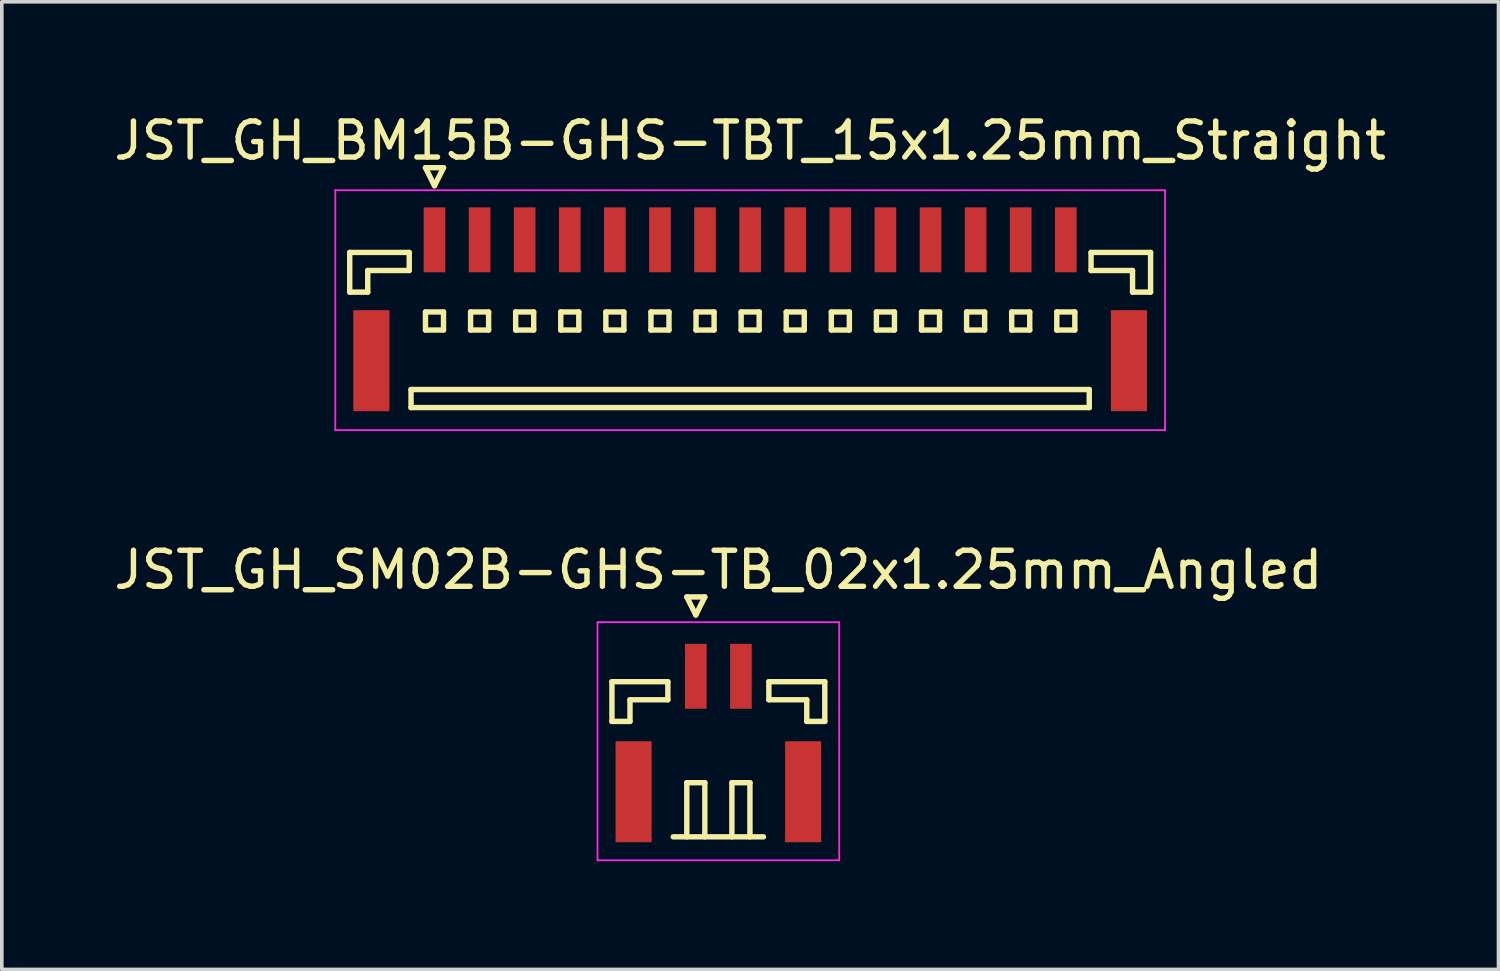
<source format=kicad_pcb>
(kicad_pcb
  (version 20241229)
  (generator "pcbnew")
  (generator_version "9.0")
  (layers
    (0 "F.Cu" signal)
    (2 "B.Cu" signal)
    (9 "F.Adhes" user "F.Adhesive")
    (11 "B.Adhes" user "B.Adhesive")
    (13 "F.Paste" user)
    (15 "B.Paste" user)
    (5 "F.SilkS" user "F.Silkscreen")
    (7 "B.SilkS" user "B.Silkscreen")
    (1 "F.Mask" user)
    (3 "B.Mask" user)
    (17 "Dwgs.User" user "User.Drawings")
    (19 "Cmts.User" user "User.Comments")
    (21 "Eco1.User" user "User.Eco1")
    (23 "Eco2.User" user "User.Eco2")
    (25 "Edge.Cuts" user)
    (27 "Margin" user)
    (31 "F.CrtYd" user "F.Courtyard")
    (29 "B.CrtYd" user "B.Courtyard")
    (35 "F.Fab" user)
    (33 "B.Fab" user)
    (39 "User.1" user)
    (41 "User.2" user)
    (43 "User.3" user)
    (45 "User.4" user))
  (footprint "JST_GH_SM02B-GHS-TB_02x1.25mm_Angled"
    (layer "F.Cu")
    (at 16.863 17.297)
    (property "Reference" "JST_GH_SM02B-GHS-TB_02x1.25mm_Angled" (at 0 -4.55 0) (layer "F.SilkS") (effects (font (size 1 1) (thickness 0.15))))
    (attr smd)
    (fp_line (start -2.95 -1.45) (end -1.4 -1.45) (stroke (width 0.15) (type solid)) (layer "F.SilkS"))
    (fp_line (start -2.95 -0.35) (end -2.95 -1.45) (stroke (width 0.15) (type solid)) (layer "F.SilkS"))
    (fp_line (start -2.45 -0.95) (end -2.45 -0.35) (stroke (width 0.15) (type solid)) (layer "F.SilkS"))
    (fp_line (start -2.45 -0.35) (end -2.95 -0.35) (stroke (width 0.15) (type solid)) (layer "F.SilkS"))
    (fp_line (start -1.4 -1.45) (end -1.4 -0.95) (stroke (width 0.15) (type solid)) (layer "F.SilkS"))
    (fp_line (start -1.4 -0.95) (end -2.45 -0.95) (stroke (width 0.15) (type solid)) (layer "F.SilkS"))
    (fp_line (start -1.25 2.85) (end 1.25 2.85) (stroke (width 0.15) (type solid)) (layer "F.SilkS"))
    (fp_line (start -0.875 -3.8) (end -0.375 -3.8) (stroke (width 0.15) (type solid)) (layer "F.SilkS"))
    (fp_line (start -0.875 1.35) (end -0.375 1.35) (stroke (width 0.15) (type solid)) (layer "F.SilkS"))
    (fp_line (start -0.875 2.85) (end -0.875 1.35) (stroke (width 0.15) (type solid)) (layer "F.SilkS"))
    (fp_line (start -0.625 -3.3) (end -0.875 -3.8) (stroke (width 0.15) (type solid)) (layer "F.SilkS"))
    (fp_line (start -0.375 -3.8) (end -0.625 -3.3) (stroke (width 0.15) (type solid)) (layer "F.SilkS"))
    (fp_line (start -0.375 1.35) (end -0.375 2.85) (stroke (width 0.15) (type solid)) (layer "F.SilkS"))
    (fp_line (start 0.375 1.35) (end 0.875 1.35) (stroke (width 0.15) (type solid)) (layer "F.SilkS"))
    (fp_line (start 0.375 2.85) (end 0.375 1.35) (stroke (width 0.15) (type solid)) (layer "F.SilkS"))
    (fp_line (start 0.875 1.35) (end 0.875 2.85) (stroke (width 0.15) (type solid)) (layer "F.SilkS"))
    (fp_line (start 1.4 -1.45) (end 1.4 -0.95) (stroke (width 0.15) (type solid)) (layer "F.SilkS"))
    (fp_line (start 1.4 -0.95) (end 2.45 -0.95) (stroke (width 0.15) (type solid)) (layer "F.SilkS"))
    (fp_line (start 2.45 -0.95) (end 2.45 -0.35) (stroke (width 0.15) (type solid)) (layer "F.SilkS"))
    (fp_line (start 2.45 -0.35) (end 2.95 -0.35) (stroke (width 0.15) (type solid)) (layer "F.SilkS"))
    (fp_line (start 2.95 -1.45) (end 1.4 -1.45) (stroke (width 0.15) (type solid)) (layer "F.SilkS"))
    (fp_line (start 2.95 -0.35) (end 2.95 -1.45) (stroke (width 0.15) (type solid)) (layer "F.SilkS"))
    (fp_line (start -3.35 -3.1) (end -3.35 3.5) (stroke (width 0.05) (type solid)) (layer "F.CrtYd"))
    (fp_line (start -3.35 3.5) (end 3.35 3.5) (stroke (width 0.05) (type solid)) (layer "F.CrtYd"))
    (fp_line (start 3.35 -3.1) (end -3.35 -3.1) (stroke (width 0.05) (type solid)) (layer "F.CrtYd"))
    (fp_line (start 3.35 3.5) (end 3.35 -3.1) (stroke (width 0.05) (type solid)) (layer "F.CrtYd"))
    (pad "" smd rect (at -2.35 1.6) (size 1 2.8) (layers "F.Cu" "F.Mask" "F.Paste"))
    (pad "" smd rect (at 2.35 1.6) (size 1 2.8) (layers "F.Cu" "F.Mask" "F.Paste"))
    (pad "1" smd rect (at -0.625 -1.6) (size 0.6 1.8) (layers "F.Cu" "F.Mask" "F.Paste"))
    (pad "2" smd rect (at 0.625 -1.6) (size 0.6 1.8) (layers "F.Cu" "F.Mask" "F.Paste")))
  (footprint "JST_GH_BM15B-GHS-TBT_15x1.25mm_Straight"
    (layer "F.Cu")
    (at 17.744 5.273)
    (property "Reference" "JST_GH_BM15B-GHS-TBT_15x1.25mm_Straight" (at 0 -4.425 0) (layer "F.SilkS") (effects (font (size 1 1) (thickness 0.15))))
    (attr smd)
    (fp_line (start -11.1 -1.325) (end -9.45 -1.325) (stroke (width 0.15) (type solid)) (layer "F.SilkS"))
    (fp_line (start -11.1 -0.225) (end -11.1 -1.325) (stroke (width 0.15) (type solid)) (layer "F.SilkS"))
    (fp_line (start -10.6 -0.825) (end -10.6 -0.225) (stroke (width 0.15) (type solid)) (layer "F.SilkS"))
    (fp_line (start -10.6 -0.225) (end -11.1 -0.225) (stroke (width 0.15) (type solid)) (layer "F.SilkS"))
    (fp_line (start -9.45 -1.325) (end -9.45 -0.825) (stroke (width 0.15) (type solid)) (layer "F.SilkS"))
    (fp_line (start -9.45 -0.825) (end -10.6 -0.825) (stroke (width 0.15) (type solid)) (layer "F.SilkS"))
    (fp_line (start -9.4 2.475) (end -9.4 2.975) (stroke (width 0.15) (type solid)) (layer "F.SilkS"))
    (fp_line (start -9.4 2.975) (end 9.4 2.975) (stroke (width 0.15) (type solid)) (layer "F.SilkS"))
    (fp_line (start -9 -3.675) (end -8.5 -3.675) (stroke (width 0.15) (type solid)) (layer "F.SilkS"))
    (fp_line (start -9 0.325) (end -9 0.825) (stroke (width 0.15) (type solid)) (layer "F.SilkS"))
    (fp_line (start -9 0.825) (end -8.5 0.825) (stroke (width 0.15) (type solid)) (layer "F.SilkS"))
    (fp_line (start -8.75 -3.175) (end -9 -3.675) (stroke (width 0.15) (type solid)) (layer "F.SilkS"))
    (fp_line (start -8.5 -3.675) (end -8.75 -3.175) (stroke (width 0.15) (type solid)) (layer "F.SilkS"))
    (fp_line (start -8.5 0.325) (end -9 0.325) (stroke (width 0.15) (type solid)) (layer "F.SilkS"))
    (fp_line (start -8.5 0.825) (end -8.5 0.325) (stroke (width 0.15) (type solid)) (layer "F.SilkS"))
    (fp_line (start -7.75 0.325) (end -7.75 0.825) (stroke (width 0.15) (type solid)) (layer "F.SilkS"))
    (fp_line (start -7.75 0.825) (end -7.25 0.825) (stroke (width 0.15) (type solid)) (layer "F.SilkS"))
    (fp_line (start -7.25 0.325) (end -7.75 0.325) (stroke (width 0.15) (type solid)) (layer "F.SilkS"))
    (fp_line (start -7.25 0.825) (end -7.25 0.325) (stroke (width 0.15) (type solid)) (layer "F.SilkS"))
    (fp_line (start -6.5 0.325) (end -6.5 0.825) (stroke (width 0.15) (type solid)) (layer "F.SilkS"))
    (fp_line (start -6.5 0.825) (end -6 0.825) (stroke (width 0.15) (type solid)) (layer "F.SilkS"))
    (fp_line (start -6 0.325) (end -6.5 0.325) (stroke (width 0.15) (type solid)) (layer "F.SilkS"))
    (fp_line (start -6 0.825) (end -6 0.325) (stroke (width 0.15) (type solid)) (layer "F.SilkS"))
    (fp_line (start -5.25 0.325) (end -5.25 0.825) (stroke (width 0.15) (type solid)) (layer "F.SilkS"))
    (fp_line (start -5.25 0.825) (end -4.75 0.825) (stroke (width 0.15) (type solid)) (layer "F.SilkS"))
    (fp_line (start -4.75 0.325) (end -5.25 0.325) (stroke (width 0.15) (type solid)) (layer "F.SilkS"))
    (fp_line (start -4.75 0.825) (end -4.75 0.325) (stroke (width 0.15) (type solid)) (layer "F.SilkS"))
    (fp_line (start -4 0.325) (end -4 0.825) (stroke (width 0.15) (type solid)) (layer "F.SilkS"))
    (fp_line (start -4 0.825) (end -3.5 0.825) (stroke (width 0.15) (type solid)) (layer "F.SilkS"))
    (fp_line (start -3.5 0.325) (end -4 0.325) (stroke (width 0.15) (type solid)) (layer "F.SilkS"))
    (fp_line (start -3.5 0.825) (end -3.5 0.325) (stroke (width 0.15) (type solid)) (layer "F.SilkS"))
    (fp_line (start -2.75 0.325) (end -2.75 0.825) (stroke (width 0.15) (type solid)) (layer "F.SilkS"))
    (fp_line (start -2.75 0.825) (end -2.25 0.825) (stroke (width 0.15) (type solid)) (layer "F.SilkS"))
    (fp_line (start -2.25 0.325) (end -2.75 0.325) (stroke (width 0.15) (type solid)) (layer "F.SilkS"))
    (fp_line (start -2.25 0.825) (end -2.25 0.325) (stroke (width 0.15) (type solid)) (layer "F.SilkS"))
    (fp_line (start -1.5 0.325) (end -1.5 0.825) (stroke (width 0.15) (type solid)) (layer "F.SilkS"))
    (fp_line (start -1.5 0.825) (end -1 0.825) (stroke (width 0.15) (type solid)) (layer "F.SilkS"))
    (fp_line (start -1 0.325) (end -1.5 0.325) (stroke (width 0.15) (type solid)) (layer "F.SilkS"))
    (fp_line (start -1 0.825) (end -1 0.325) (stroke (width 0.15) (type solid)) (layer "F.SilkS"))
    (fp_line (start -0.25 0.325) (end -0.25 0.825) (stroke (width 0.15) (type solid)) (layer "F.SilkS"))
    (fp_line (start -0.25 0.825) (end 0.25 0.825) (stroke (width 0.15) (type solid)) (layer "F.SilkS"))
    (fp_line (start 0.25 0.325) (end -0.25 0.325) (stroke (width 0.15) (type solid)) (layer "F.SilkS"))
    (fp_line (start 0.25 0.825) (end 0.25 0.325) (stroke (width 0.15) (type solid)) (layer "F.SilkS"))
    (fp_line (start 1 0.325) (end 1 0.825) (stroke (width 0.15) (type solid)) (layer "F.SilkS"))
    (fp_line (start 1 0.825) (end 1.5 0.825) (stroke (width 0.15) (type solid)) (layer "F.SilkS"))
    (fp_line (start 1.5 0.325) (end 1 0.325) (stroke (width 0.15) (type solid)) (layer "F.SilkS"))
    (fp_line (start 1.5 0.825) (end 1.5 0.325) (stroke (width 0.15) (type solid)) (layer "F.SilkS"))
    (fp_line (start 2.25 0.325) (end 2.25 0.825) (stroke (width 0.15) (type solid)) (layer "F.SilkS"))
    (fp_line (start 2.25 0.825) (end 2.75 0.825) (stroke (width 0.15) (type solid)) (layer "F.SilkS"))
    (fp_line (start 2.75 0.325) (end 2.25 0.325) (stroke (width 0.15) (type solid)) (layer "F.SilkS"))
    (fp_line (start 2.75 0.825) (end 2.75 0.325) (stroke (width 0.15) (type solid)) (layer "F.SilkS"))
    (fp_line (start 3.5 0.325) (end 3.5 0.825) (stroke (width 0.15) (type solid)) (layer "F.SilkS"))
    (fp_line (start 3.5 0.825) (end 4 0.825) (stroke (width 0.15) (type solid)) (layer "F.SilkS"))
    (fp_line (start 4 0.325) (end 3.5 0.325) (stroke (width 0.15) (type solid)) (layer "F.SilkS"))
    (fp_line (start 4 0.825) (end 4 0.325) (stroke (width 0.15) (type solid)) (layer "F.SilkS"))
    (fp_line (start 4.75 0.325) (end 4.75 0.825) (stroke (width 0.15) (type solid)) (layer "F.SilkS"))
    (fp_line (start 4.75 0.825) (end 5.25 0.825) (stroke (width 0.15) (type solid)) (layer "F.SilkS"))
    (fp_line (start 5.25 0.325) (end 4.75 0.325) (stroke (width 0.15) (type solid)) (layer "F.SilkS"))
    (fp_line (start 5.25 0.825) (end 5.25 0.325) (stroke (width 0.15) (type solid)) (layer "F.SilkS"))
    (fp_line (start 6 0.325) (end 6 0.825) (stroke (width 0.15) (type solid)) (layer "F.SilkS"))
    (fp_line (start 6 0.825) (end 6.5 0.825) (stroke (width 0.15) (type solid)) (layer "F.SilkS"))
    (fp_line (start 6.5 0.325) (end 6 0.325) (stroke (width 0.15) (type solid)) (layer "F.SilkS"))
    (fp_line (start 6.5 0.825) (end 6.5 0.325) (stroke (width 0.15) (type solid)) (layer "F.SilkS"))
    (fp_line (start 7.25 0.325) (end 7.25 0.825) (stroke (width 0.15) (type solid)) (layer "F.SilkS"))
    (fp_line (start 7.25 0.825) (end 7.75 0.825) (stroke (width 0.15) (type solid)) (layer "F.SilkS"))
    (fp_line (start 7.75 0.325) (end 7.25 0.325) (stroke (width 0.15) (type solid)) (layer "F.SilkS"))
    (fp_line (start 7.75 0.825) (end 7.75 0.325) (stroke (width 0.15) (type solid)) (layer "F.SilkS"))
    (fp_line (start 8.5 0.325) (end 8.5 0.825) (stroke (width 0.15) (type solid)) (layer "F.SilkS"))
    (fp_line (start 8.5 0.825) (end 9 0.825) (stroke (width 0.15) (type solid)) (layer "F.SilkS"))
    (fp_line (start 9 0.325) (end 8.5 0.325) (stroke (width 0.15) (type solid)) (layer "F.SilkS"))
    (fp_line (start 9 0.825) (end 9 0.325) (stroke (width 0.15) (type solid)) (layer "F.SilkS"))
    (fp_line (start 9.4 2.475) (end -9.4 2.475) (stroke (width 0.15) (type solid)) (layer "F.SilkS"))
    (fp_line (start 9.4 2.975) (end 9.4 2.475) (stroke (width 0.15) (type solid)) (layer "F.SilkS"))
    (fp_line (start 9.45 -1.325) (end 9.45 -0.825) (stroke (width 0.15) (type solid)) (layer "F.SilkS"))
    (fp_line (start 9.45 -0.825) (end 10.6 -0.825) (stroke (width 0.15) (type solid)) (layer "F.SilkS"))
    (fp_line (start 10.6 -0.825) (end 10.6 -0.225) (stroke (width 0.15) (type solid)) (layer "F.SilkS"))
    (fp_line (start 10.6 -0.225) (end 11.1 -0.225) (stroke (width 0.15) (type solid)) (layer "F.SilkS"))
    (fp_line (start 11.1 -1.325) (end 9.45 -1.325) (stroke (width 0.15) (type solid)) (layer "F.SilkS"))
    (fp_line (start 11.1 -0.225) (end 11.1 -1.325) (stroke (width 0.15) (type solid)) (layer "F.SilkS"))
    (fp_line (start -11.5 -3.05) (end -11.5 3.6) (stroke (width 0.05) (type solid)) (layer "F.CrtYd"))
    (fp_line (start -11.5 3.6) (end 11.5 3.6) (stroke (width 0.05) (type solid)) (layer "F.CrtYd"))
    (fp_line (start 11.5 -3.05) (end -11.5 -3.05) (stroke (width 0.05) (type solid)) (layer "F.CrtYd"))
    (fp_line (start 11.5 3.6) (end 11.5 -3.05) (stroke (width 0.05) (type solid)) (layer "F.CrtYd"))
    (pad "" smd rect (at -10.5 1.675) (size 1 2.8) (layers "F.Cu" "F.Mask" "F.Paste"))
    (pad "" smd rect (at 10.5 1.675) (size 1 2.8) (layers "F.Cu" "F.Mask" "F.Paste"))
    (pad "1" smd rect (at -8.75 -1.675) (size 0.6 1.8) (layers "F.Cu" "F.Mask" "F.Paste"))
    (pad "2" smd rect (at -7.5 -1.675) (size 0.6 1.8) (layers "F.Cu" "F.Mask" "F.Paste"))
    (pad "3" smd rect (at -6.25 -1.675) (size 0.6 1.8) (layers "F.Cu" "F.Mask" "F.Paste"))
    (pad "4" smd rect (at -5 -1.675) (size 0.6 1.8) (layers "F.Cu" "F.Mask" "F.Paste"))
    (pad "5" smd rect (at -3.75 -1.675) (size 0.6 1.8) (layers "F.Cu" "F.Mask" "F.Paste"))
    (pad "6" smd rect (at -2.5 -1.675) (size 0.6 1.8) (layers "F.Cu" "F.Mask" "F.Paste"))
    (pad "7" smd rect (at -1.25 -1.675) (size 0.6 1.8) (layers "F.Cu" "F.Mask" "F.Paste"))
    (pad "8" smd rect (at 0 -1.675) (size 0.6 1.8) (layers "F.Cu" "F.Mask" "F.Paste"))
    (pad "9" smd rect (at 1.25 -1.675) (size 0.6 1.8) (layers "F.Cu" "F.Mask" "F.Paste"))
    (pad "10" smd rect (at 2.5 -1.675) (size 0.6 1.8) (layers "F.Cu" "F.Mask" "F.Paste"))
    (pad "11" smd rect (at 3.75 -1.675) (size 0.6 1.8) (layers "F.Cu" "F.Mask" "F.Paste"))
    (pad "12" smd rect (at 5 -1.675) (size 0.6 1.8) (layers "F.Cu" "F.Mask" "F.Paste"))
    (pad "13" smd rect (at 6.25 -1.675) (size 0.6 1.8) (layers "F.Cu" "F.Mask" "F.Paste"))
    (pad "14" smd rect (at 7.5 -1.675) (size 0.6 1.8) (layers "F.Cu" "F.Mask" "F.Paste"))
    (pad "15" smd rect (at 8.75 -1.675) (size 0.6 1.8) (layers "F.Cu" "F.Mask" "F.Paste")))
  (gr_rect
    (start -3 -3)
    (end 38.488 23.822)
    (stroke (width 0.1) (type default))
    (fill no)
    (layer "Edge.Cuts")))
</source>
